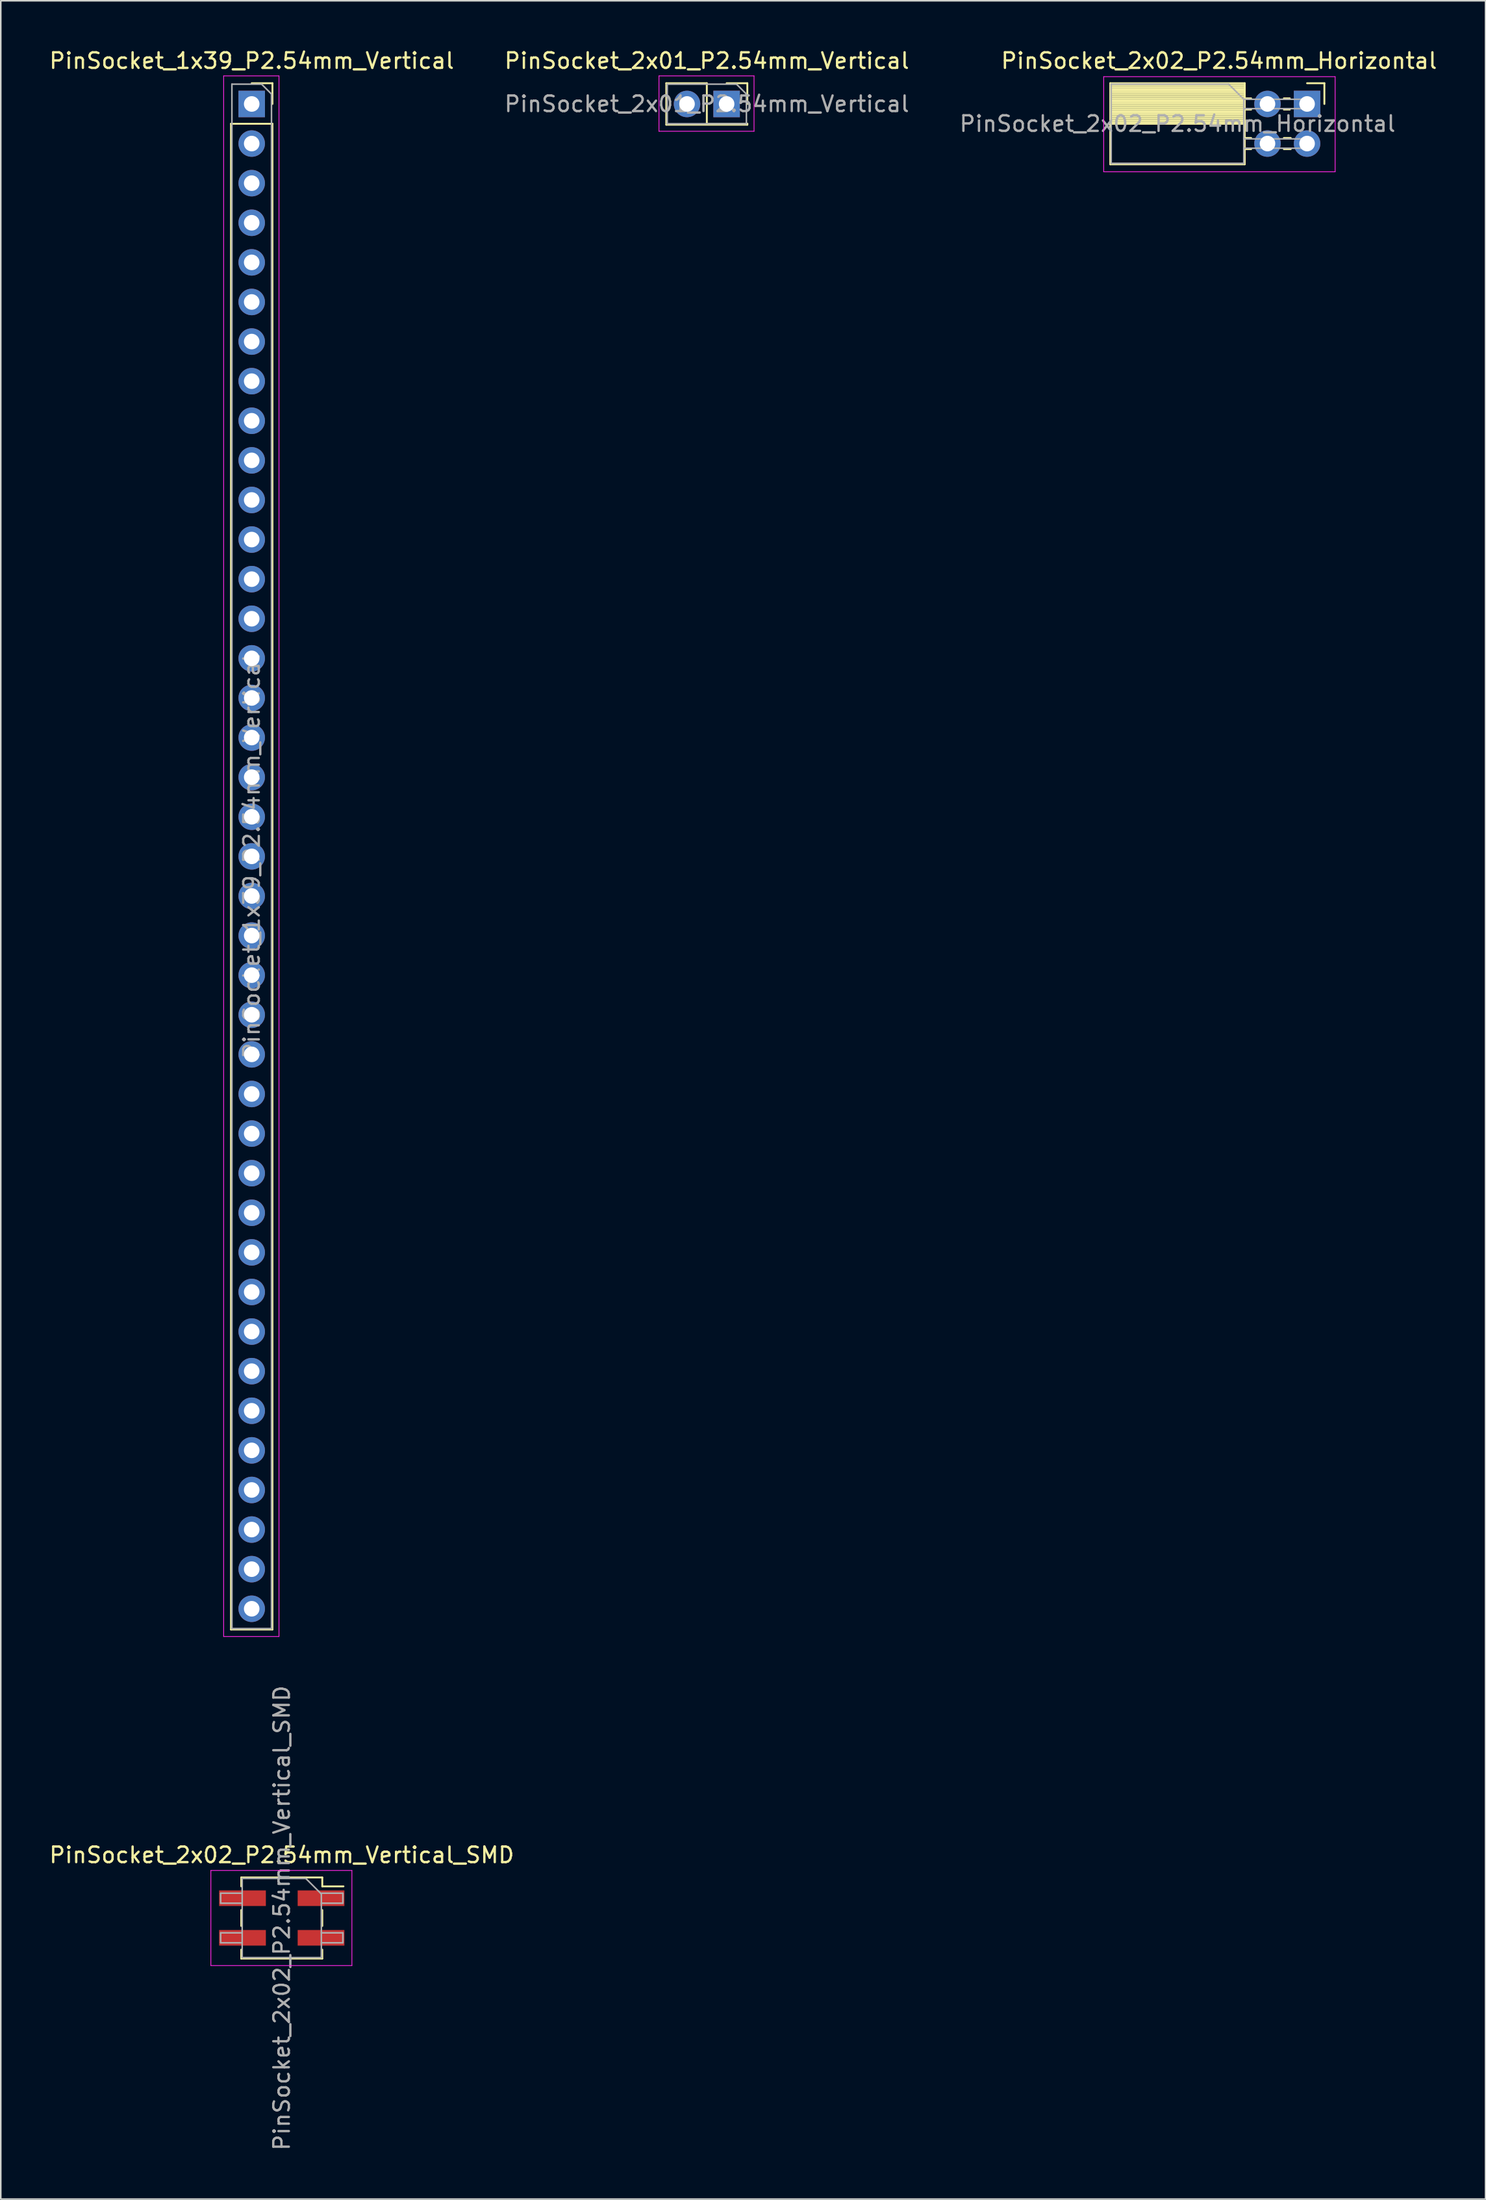
<source format=kicad_pcb>
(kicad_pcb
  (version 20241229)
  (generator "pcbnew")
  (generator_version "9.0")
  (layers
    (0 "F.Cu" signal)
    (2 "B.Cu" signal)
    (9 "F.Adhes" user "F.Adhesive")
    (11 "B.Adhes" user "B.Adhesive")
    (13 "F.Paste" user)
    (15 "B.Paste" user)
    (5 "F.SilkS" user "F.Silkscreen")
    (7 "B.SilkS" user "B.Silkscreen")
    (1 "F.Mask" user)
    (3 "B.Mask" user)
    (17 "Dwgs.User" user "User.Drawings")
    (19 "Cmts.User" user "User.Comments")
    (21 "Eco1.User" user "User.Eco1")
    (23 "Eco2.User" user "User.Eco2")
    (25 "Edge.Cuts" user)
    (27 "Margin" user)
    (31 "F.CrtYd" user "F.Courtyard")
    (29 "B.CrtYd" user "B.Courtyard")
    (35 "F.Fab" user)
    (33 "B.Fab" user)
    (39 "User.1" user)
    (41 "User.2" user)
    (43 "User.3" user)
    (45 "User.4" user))
  (footprint "PinSocket_2x02_P2.54mm_Horizontal"
    (layer "F.Cu")
    (at 80.821 3.618)
    (property "Reference" "PinSocket_2x02_P2.54mm_Horizontal" (at -5.65 -2.77 0) (layer "F.SilkS") (effects (font (size 1 1) (thickness 0.15))))
    (attr through_hole)
    (fp_line (start -12.63 -1.33) (end -12.63 3.87) (stroke (width 0.12) (type solid)) (layer "F.SilkS"))
    (fp_line (start -12.63 -1.33) (end -4 -1.33) (stroke (width 0.12) (type solid)) (layer "F.SilkS"))
    (fp_line (start -12.63 -1.21) (end -4 -1.21) (stroke (width 0.12) (type solid)) (layer "F.SilkS"))
    (fp_line (start -12.63 -1.092) (end -4 -1.092) (stroke (width 0.12) (type solid)) (layer "F.SilkS"))
    (fp_line (start -12.63 -0.974) (end -4 -0.974) (stroke (width 0.12) (type solid)) (layer "F.SilkS"))
    (fp_line (start -12.63 -0.856) (end -4 -0.856) (stroke (width 0.12) (type solid)) (layer "F.SilkS"))
    (fp_line (start -12.63 -0.738) (end -4 -0.738) (stroke (width 0.12) (type solid)) (layer "F.SilkS"))
    (fp_line (start -12.63 -0.62) (end -4 -0.62) (stroke (width 0.12) (type solid)) (layer "F.SilkS"))
    (fp_line (start -12.63 -0.501) (end -4 -0.501) (stroke (width 0.12) (type solid)) (layer "F.SilkS"))
    (fp_line (start -12.63 -0.383) (end -4 -0.383) (stroke (width 0.12) (type solid)) (layer "F.SilkS"))
    (fp_line (start -12.63 -0.265) (end -4 -0.265) (stroke (width 0.12) (type solid)) (layer "F.SilkS"))
    (fp_line (start -12.63 -0.147) (end -4 -0.147) (stroke (width 0.12) (type solid)) (layer "F.SilkS"))
    (fp_line (start -12.63 -0.029) (end -4 -0.029) (stroke (width 0.12) (type solid)) (layer "F.SilkS"))
    (fp_line (start -12.63 0.089) (end -4 0.089) (stroke (width 0.12) (type solid)) (layer "F.SilkS"))
    (fp_line (start -12.63 0.207) (end -4 0.207) (stroke (width 0.12) (type solid)) (layer "F.SilkS"))
    (fp_line (start -12.63 0.325) (end -4 0.325) (stroke (width 0.12) (type solid)) (layer "F.SilkS"))
    (fp_line (start -12.63 0.443) (end -4 0.443) (stroke (width 0.12) (type solid)) (layer "F.SilkS"))
    (fp_line (start -12.63 0.561) (end -4 0.561) (stroke (width 0.12) (type solid)) (layer "F.SilkS"))
    (fp_line (start -12.63 0.68) (end -4 0.68) (stroke (width 0.12) (type solid)) (layer "F.SilkS"))
    (fp_line (start -12.63 0.798) (end -4 0.798) (stroke (width 0.12) (type solid)) (layer "F.SilkS"))
    (fp_line (start -12.63 0.916) (end -4 0.916) (stroke (width 0.12) (type solid)) (layer "F.SilkS"))
    (fp_line (start -12.63 1.034) (end -4 1.034) (stroke (width 0.12) (type solid)) (layer "F.SilkS"))
    (fp_line (start -12.63 1.152) (end -4 1.152) (stroke (width 0.12) (type solid)) (layer "F.SilkS"))
    (fp_line (start -12.63 1.27) (end -4 1.27) (stroke (width 0.12) (type solid)) (layer "F.SilkS"))
    (fp_line (start -12.63 3.87) (end -4 3.87) (stroke (width 0.12) (type solid)) (layer "F.SilkS"))
    (fp_line (start -4 -1.33) (end -4 3.87) (stroke (width 0.12) (type solid)) (layer "F.SilkS"))
    (fp_line (start -4 -0.36) (end -3.59 -0.36) (stroke (width 0.12) (type solid)) (layer "F.SilkS"))
    (fp_line (start -4 0.36) (end -3.59 0.36) (stroke (width 0.12) (type solid)) (layer "F.SilkS"))
    (fp_line (start -4 2.18) (end -3.59 2.18) (stroke (width 0.12) (type solid)) (layer "F.SilkS"))
    (fp_line (start -4 2.9) (end -3.59 2.9) (stroke (width 0.12) (type solid)) (layer "F.SilkS"))
    (fp_line (start -1.49 -0.36) (end -1.11 -0.36) (stroke (width 0.12) (type solid)) (layer "F.SilkS"))
    (fp_line (start -1.49 0.36) (end -1.11 0.36) (stroke (width 0.12) (type solid)) (layer "F.SilkS"))
    (fp_line (start -1.49 2.18) (end -1.05 2.18) (stroke (width 0.12) (type solid)) (layer "F.SilkS"))
    (fp_line (start -1.49 2.9) (end -1.05 2.9) (stroke (width 0.12) (type solid)) (layer "F.SilkS"))
    (fp_line (start 0 -1.33) (end 1.11 -1.33) (stroke (width 0.12) (type solid)) (layer "F.SilkS"))
    (fp_line (start 1.11 -1.33) (end 1.11 0) (stroke (width 0.12) (type solid)) (layer "F.SilkS"))
    (fp_line (start -13.05 -1.75) (end -13.05 4.35) (stroke (width 0.05) (type solid)) (layer "F.CrtYd"))
    (fp_line (start -13.05 4.35) (end 1.8 4.35) (stroke (width 0.05) (type solid)) (layer "F.CrtYd"))
    (fp_line (start 1.8 -1.75) (end -13.05 -1.75) (stroke (width 0.05) (type solid)) (layer "F.CrtYd"))
    (fp_line (start 1.8 4.35) (end 1.8 -1.75) (stroke (width 0.05) (type solid)) (layer "F.CrtYd"))
    (fp_line (start -12.57 -1.27) (end -5.03 -1.27) (stroke (width 0.1) (type solid)) (layer "F.Fab"))
    (fp_line (start -12.57 3.81) (end -12.57 -1.27) (stroke (width 0.1) (type solid)) (layer "F.Fab"))
    (fp_line (start -5.03 -1.27) (end -4.06 -0.3) (stroke (width 0.1) (type solid)) (layer "F.Fab"))
    (fp_line (start -4.06 -0.3) (end -4.06 3.81) (stroke (width 0.1) (type solid)) (layer "F.Fab"))
    (fp_line (start -4.06 0.3) (end 0 0.3) (stroke (width 0.1) (type solid)) (layer "F.Fab"))
    (fp_line (start -4.06 2.84) (end 0 2.84) (stroke (width 0.1) (type solid)) (layer "F.Fab"))
    (fp_line (start -4.06 3.81) (end -12.57 3.81) (stroke (width 0.1) (type solid)) (layer "F.Fab"))
    (fp_line (start 0 -0.3) (end -4.06 -0.3) (stroke (width 0.1) (type solid)) (layer "F.Fab"))
    (fp_line (start 0 0.3) (end 0 -0.3) (stroke (width 0.1) (type solid)) (layer "F.Fab"))
    (fp_line (start 0 2.24) (end -4.06 2.24) (stroke (width 0.1) (type solid)) (layer "F.Fab"))
    (fp_line (start 0 2.84) (end 0 2.24) (stroke (width 0.1) (type solid)) (layer "F.Fab"))
    (fp_text user "${REFERENCE}" (at -8.315 1.27 0) (layer "F.Fab") (effects (font (size 1 1) (thickness 0.15))))
    (pad "1" thru_hole rect (at 0 0) (size 1.7 1.7) (drill 1) (layers "*.Cu" "*.Mask"))
    (pad "2" thru_hole circle (at -2.54 0) (size 1.7 1.7) (drill 1) (layers "*.Cu" "*.Mask"))
    (pad "3" thru_hole circle (at 0 2.54) (size 1.7 1.7) (drill 1) (layers "*.Cu" "*.Mask"))
    (pad "4" thru_hole circle (at -2.54 2.54) (size 1.7 1.7) (drill 1) (layers "*.Cu" "*.Mask")))
  (footprint "PinSocket_2x02_P2.54mm_Vertical_SMD"
    (layer "F.Cu")
    (at 15.03 119.973)
    (property "Reference" "PinSocket_2x02_P2.54mm_Vertical_SMD" (at 0 -4.04 0) (layer "F.SilkS") (effects (font (size 1 1) (thickness 0.15))))
    (attr smd)
    (fp_line (start -2.6 -2.6) (end -2.6 -2.03) (stroke (width 0.12) (type solid)) (layer "F.SilkS"))
    (fp_line (start -2.6 -2.6) (end 2.6 -2.6) (stroke (width 0.12) (type solid)) (layer "F.SilkS"))
    (fp_line (start -2.6 -0.51) (end -2.6 0.51) (stroke (width 0.12) (type solid)) (layer "F.SilkS"))
    (fp_line (start -2.6 2.03) (end -2.6 2.6) (stroke (width 0.12) (type solid)) (layer "F.SilkS"))
    (fp_line (start -2.6 2.6) (end 2.6 2.6) (stroke (width 0.12) (type solid)) (layer "F.SilkS"))
    (fp_line (start 2.6 -2.6) (end 2.6 -2.03) (stroke (width 0.12) (type solid)) (layer "F.SilkS"))
    (fp_line (start 2.6 -2.03) (end 3.96 -2.03) (stroke (width 0.12) (type solid)) (layer "F.SilkS"))
    (fp_line (start 2.6 -0.51) (end 2.6 0.51) (stroke (width 0.12) (type solid)) (layer "F.SilkS"))
    (fp_line (start 2.6 2.03) (end 2.6 2.6) (stroke (width 0.12) (type solid)) (layer "F.SilkS"))
    (fp_line (start -4.55 -3.05) (end 4.5 -3.05) (stroke (width 0.05) (type solid)) (layer "F.CrtYd"))
    (fp_line (start -4.55 3.05) (end -4.55 -3.05) (stroke (width 0.05) (type solid)) (layer "F.CrtYd"))
    (fp_line (start 4.5 -3.05) (end 4.5 3.05) (stroke (width 0.05) (type solid)) (layer "F.CrtYd"))
    (fp_line (start 4.5 3.05) (end -4.55 3.05) (stroke (width 0.05) (type solid)) (layer "F.CrtYd"))
    (fp_line (start -3.92 -1.59) (end -2.54 -1.59) (stroke (width 0.1) (type solid)) (layer "F.Fab"))
    (fp_line (start -3.92 -0.95) (end -3.92 -1.59) (stroke (width 0.1) (type solid)) (layer "F.Fab"))
    (fp_line (start -3.92 0.95) (end -2.54 0.95) (stroke (width 0.1) (type solid)) (layer "F.Fab"))
    (fp_line (start -3.92 1.59) (end -3.92 0.95) (stroke (width 0.1) (type solid)) (layer "F.Fab"))
    (fp_line (start -2.54 -2.54) (end 1.54 -2.54) (stroke (width 0.1) (type solid)) (layer "F.Fab"))
    (fp_line (start -2.54 -0.95) (end -3.92 -0.95) (stroke (width 0.1) (type solid)) (layer "F.Fab"))
    (fp_line (start -2.54 1.59) (end -3.92 1.59) (stroke (width 0.1) (type solid)) (layer "F.Fab"))
    (fp_line (start -2.54 2.54) (end -2.54 -2.54) (stroke (width 0.1) (type solid)) (layer "F.Fab"))
    (fp_line (start 1.54 -2.54) (end 2.54 -1.54) (stroke (width 0.1) (type solid)) (layer "F.Fab"))
    (fp_line (start 2.54 -1.59) (end 3.92 -1.59) (stroke (width 0.1) (type solid)) (layer "F.Fab"))
    (fp_line (start 2.54 -1.54) (end 2.54 2.54) (stroke (width 0.1) (type solid)) (layer "F.Fab"))
    (fp_line (start 2.54 0.95) (end 3.92 0.95) (stroke (width 0.1) (type solid)) (layer "F.Fab"))
    (fp_line (start 2.54 2.54) (end -2.54 2.54) (stroke (width 0.1) (type solid)) (layer "F.Fab"))
    (fp_line (start 3.92 -1.59) (end 3.92 -0.95) (stroke (width 0.1) (type solid)) (layer "F.Fab"))
    (fp_line (start 3.92 -0.95) (end 2.54 -0.95) (stroke (width 0.1) (type solid)) (layer "F.Fab"))
    (fp_line (start 3.92 0.95) (end 3.92 1.59) (stroke (width 0.1) (type solid)) (layer "F.Fab"))
    (fp_line (start 3.92 1.59) (end 2.54 1.59) (stroke (width 0.1) (type solid)) (layer "F.Fab"))
    (fp_text user "${REFERENCE}" (at 0 0 90) (layer "F.Fab") (effects (font (size 1 1) (thickness 0.15))))
    (pad "1" smd rect (at 2.52 -1.27) (size 3 1) (layers "F.Cu" "F.Mask" "F.Paste"))
    (pad "2" smd rect (at -2.52 -1.27) (size 3 1) (layers "F.Cu" "F.Mask" "F.Paste"))
    (pad "3" smd rect (at 2.52 1.27) (size 3 1) (layers "F.Cu" "F.Mask" "F.Paste"))
    (pad "4" smd rect (at -2.52 1.27) (size 3 1) (layers "F.Cu" "F.Mask" "F.Paste")))
  (footprint "PinSocket_1x39_P2.54mm_Vertical"
    (layer "F.Cu")
    (at 13.101 3.618)
    (property "Reference" "PinSocket_1x39_P2.54mm_Vertical" (at 0 -2.77 0) (layer "F.SilkS") (effects (font (size 1 1) (thickness 0.15))))
    (attr through_hole)
    (fp_line (start -1.33 1.27) (end -1.33 97.85) (stroke (width 0.12) (type solid)) (layer "F.SilkS"))
    (fp_line (start -1.33 1.27) (end 1.33 1.27) (stroke (width 0.12) (type solid)) (layer "F.SilkS"))
    (fp_line (start -1.33 97.85) (end 1.33 97.85) (stroke (width 0.12) (type solid)) (layer "F.SilkS"))
    (fp_line (start 0 -1.33) (end 1.33 -1.33) (stroke (width 0.12) (type solid)) (layer "F.SilkS"))
    (fp_line (start 1.33 -1.33) (end 1.33 0) (stroke (width 0.12) (type solid)) (layer "F.SilkS"))
    (fp_line (start 1.33 1.27) (end 1.33 97.85) (stroke (width 0.12) (type solid)) (layer "F.SilkS"))
    (fp_line (start -1.8 -1.8) (end 1.75 -1.8) (stroke (width 0.05) (type solid)) (layer "F.CrtYd"))
    (fp_line (start -1.8 98.3) (end -1.8 -1.8) (stroke (width 0.05) (type solid)) (layer "F.CrtYd"))
    (fp_line (start 1.75 -1.8) (end 1.75 98.3) (stroke (width 0.05) (type solid)) (layer "F.CrtYd"))
    (fp_line (start 1.75 98.3) (end -1.8 98.3) (stroke (width 0.05) (type solid)) (layer "F.CrtYd"))
    (fp_line (start -1.27 -1.27) (end 0.635 -1.27) (stroke (width 0.1) (type solid)) (layer "F.Fab"))
    (fp_line (start -1.27 97.79) (end -1.27 -1.27) (stroke (width 0.1) (type solid)) (layer "F.Fab"))
    (fp_line (start 0.635 -1.27) (end 1.27 -0.635) (stroke (width 0.1) (type solid)) (layer "F.Fab"))
    (fp_line (start 1.27 -0.635) (end 1.27 97.79) (stroke (width 0.1) (type solid)) (layer "F.Fab"))
    (fp_line (start 1.27 97.79) (end -1.27 97.79) (stroke (width 0.1) (type solid)) (layer "F.Fab"))
    (fp_text user "${REFERENCE}" (at 0 48.26 90) (layer "F.Fab") (effects (font (size 1 1) (thickness 0.15))))
    (pad "1" thru_hole rect (at 0 0) (size 1.7 1.7) (drill 1) (layers "*.Cu" "*.Mask"))
    (pad "2" thru_hole circle (at 0 2.54) (size 1.7 1.7) (drill 1) (layers "*.Cu" "*.Mask"))
    (pad "3" thru_hole circle (at 0 5.08) (size 1.7 1.7) (drill 1) (layers "*.Cu" "*.Mask"))
    (pad "4" thru_hole circle (at 0 7.62) (size 1.7 1.7) (drill 1) (layers "*.Cu" "*.Mask"))
    (pad "5" thru_hole circle (at 0 10.16) (size 1.7 1.7) (drill 1) (layers "*.Cu" "*.Mask"))
    (pad "6" thru_hole circle (at 0 12.7) (size 1.7 1.7) (drill 1) (layers "*.Cu" "*.Mask"))
    (pad "7" thru_hole circle (at 0 15.24) (size 1.7 1.7) (drill 1) (layers "*.Cu" "*.Mask"))
    (pad "8" thru_hole circle (at 0 17.78) (size 1.7 1.7) (drill 1) (layers "*.Cu" "*.Mask"))
    (pad "9" thru_hole circle (at 0 20.32) (size 1.7 1.7) (drill 1) (layers "*.Cu" "*.Mask"))
    (pad "10" thru_hole circle (at 0 22.86) (size 1.7 1.7) (drill 1) (layers "*.Cu" "*.Mask"))
    (pad "11" thru_hole circle (at 0 25.4) (size 1.7 1.7) (drill 1) (layers "*.Cu" "*.Mask"))
    (pad "12" thru_hole circle (at 0 27.94) (size 1.7 1.7) (drill 1) (layers "*.Cu" "*.Mask"))
    (pad "13" thru_hole circle (at 0 30.48) (size 1.7 1.7) (drill 1) (layers "*.Cu" "*.Mask"))
    (pad "14" thru_hole circle (at 0 33.02) (size 1.7 1.7) (drill 1) (layers "*.Cu" "*.Mask"))
    (pad "15" thru_hole circle (at 0 35.56) (size 1.7 1.7) (drill 1) (layers "*.Cu" "*.Mask"))
    (pad "16" thru_hole circle (at 0 38.1) (size 1.7 1.7) (drill 1) (layers "*.Cu" "*.Mask"))
    (pad "17" thru_hole circle (at 0 40.64) (size 1.7 1.7) (drill 1) (layers "*.Cu" "*.Mask"))
    (pad "18" thru_hole circle (at 0 43.18) (size 1.7 1.7) (drill 1) (layers "*.Cu" "*.Mask"))
    (pad "19" thru_hole circle (at 0 45.72) (size 1.7 1.7) (drill 1) (layers "*.Cu" "*.Mask"))
    (pad "20" thru_hole circle (at 0 48.26) (size 1.7 1.7) (drill 1) (layers "*.Cu" "*.Mask"))
    (pad "21" thru_hole circle (at 0 50.8) (size 1.7 1.7) (drill 1) (layers "*.Cu" "*.Mask"))
    (pad "22" thru_hole circle (at 0 53.34) (size 1.7 1.7) (drill 1) (layers "*.Cu" "*.Mask"))
    (pad "23" thru_hole circle (at 0 55.88) (size 1.7 1.7) (drill 1) (layers "*.Cu" "*.Mask"))
    (pad "24" thru_hole circle (at 0 58.42) (size 1.7 1.7) (drill 1) (layers "*.Cu" "*.Mask"))
    (pad "25" thru_hole circle (at 0 60.96) (size 1.7 1.7) (drill 1) (layers "*.Cu" "*.Mask"))
    (pad "26" thru_hole circle (at 0 63.5) (size 1.7 1.7) (drill 1) (layers "*.Cu" "*.Mask"))
    (pad "27" thru_hole circle (at 0 66.04) (size 1.7 1.7) (drill 1) (layers "*.Cu" "*.Mask"))
    (pad "28" thru_hole circle (at 0 68.58) (size 1.7 1.7) (drill 1) (layers "*.Cu" "*.Mask"))
    (pad "29" thru_hole circle (at 0 71.12) (size 1.7 1.7) (drill 1) (layers "*.Cu" "*.Mask"))
    (pad "30" thru_hole circle (at 0 73.66) (size 1.7 1.7) (drill 1) (layers "*.Cu" "*.Mask"))
    (pad "31" thru_hole circle (at 0 76.2) (size 1.7 1.7) (drill 1) (layers "*.Cu" "*.Mask"))
    (pad "32" thru_hole circle (at 0 78.74) (size 1.7 1.7) (drill 1) (layers "*.Cu" "*.Mask"))
    (pad "33" thru_hole circle (at 0 81.28) (size 1.7 1.7) (drill 1) (layers "*.Cu" "*.Mask"))
    (pad "34" thru_hole circle (at 0 83.82) (size 1.7 1.7) (drill 1) (layers "*.Cu" "*.Mask"))
    (pad "35" thru_hole circle (at 0 86.36) (size 1.7 1.7) (drill 1) (layers "*.Cu" "*.Mask"))
    (pad "36" thru_hole circle (at 0 88.9) (size 1.7 1.7) (drill 1) (layers "*.Cu" "*.Mask"))
    (pad "37" thru_hole circle (at 0 91.44) (size 1.7 1.7) (drill 1) (layers "*.Cu" "*.Mask"))
    (pad "38" thru_hole circle (at 0 93.98) (size 1.7 1.7) (drill 1) (layers "*.Cu" "*.Mask"))
    (pad "39" thru_hole circle (at 0 96.52) (size 1.7 1.7) (drill 1) (layers "*.Cu" "*.Mask")))
  (footprint "PinSocket_2x01_P2.54mm_Vertical"
    (layer "F.Cu")
    (at 43.574 3.618)
    (property "Reference" "PinSocket_2x01_P2.54mm_Vertical" (at -1.27 -2.77 0) (layer "F.SilkS") (effects (font (size 1 1) (thickness 0.15))))
    (attr through_hole)
    (fp_line (start -3.87 -1.33) (end -3.87 1.33) (stroke (width 0.12) (type solid)) (layer "F.SilkS"))
    (fp_line (start -3.87 -1.33) (end -1.27 -1.33) (stroke (width 0.12) (type solid)) (layer "F.SilkS"))
    (fp_line (start -3.87 1.33) (end 1.33 1.33) (stroke (width 0.12) (type solid)) (layer "F.SilkS"))
    (fp_line (start -1.27 -1.33) (end -1.27 1.27) (stroke (width 0.12) (type solid)) (layer "F.SilkS"))
    (fp_line (start -1.27 1.27) (end 1.33 1.27) (stroke (width 0.12) (type solid)) (layer "F.SilkS"))
    (fp_line (start 0 -1.33) (end 1.33 -1.33) (stroke (width 0.12) (type solid)) (layer "F.SilkS"))
    (fp_line (start 1.33 -1.33) (end 1.33 0) (stroke (width 0.12) (type solid)) (layer "F.SilkS"))
    (fp_line (start 1.33 1.27) (end 1.33 1.33) (stroke (width 0.12) (type solid)) (layer "F.SilkS"))
    (fp_line (start -4.34 -1.8) (end 1.76 -1.8) (stroke (width 0.05) (type solid)) (layer "F.CrtYd"))
    (fp_line (start -4.34 1.75) (end -4.34 -1.8) (stroke (width 0.05) (type solid)) (layer "F.CrtYd"))
    (fp_line (start 1.76 -1.8) (end 1.76 1.75) (stroke (width 0.05) (type solid)) (layer "F.CrtYd"))
    (fp_line (start 1.76 1.75) (end -4.34 1.75) (stroke (width 0.05) (type solid)) (layer "F.CrtYd"))
    (fp_line (start -3.81 -1.27) (end 0.635 -1.27) (stroke (width 0.1) (type solid)) (layer "F.Fab"))
    (fp_line (start -3.81 1.27) (end -3.81 -1.27) (stroke (width 0.1) (type solid)) (layer "F.Fab"))
    (fp_line (start 0.635 -1.27) (end 1.27 -0.635) (stroke (width 0.1) (type solid)) (layer "F.Fab"))
    (fp_line (start 1.27 -0.635) (end 1.27 1.27) (stroke (width 0.1) (type solid)) (layer "F.Fab"))
    (fp_line (start 1.27 1.27) (end -3.81 1.27) (stroke (width 0.1) (type solid)) (layer "F.Fab"))
    (fp_text user "${REFERENCE}" (at -1.27 0 0) (layer "F.Fab") (effects (font (size 1 1) (thickness 0.15))))
    (pad "1" thru_hole rect (at 0 0) (size 1.7 1.7) (drill 1) (layers "*.Cu" "*.Mask"))
    (pad "2" thru_hole circle (at -2.54 0) (size 1.7 1.7) (drill 1) (layers "*.Cu" "*.Mask")))
  (gr_rect
    (start -3 -3)
    (end 92.272 138.003)
    (stroke (width 0.1) (type default))
    (fill no)
    (layer "Edge.Cuts")))
</source>
